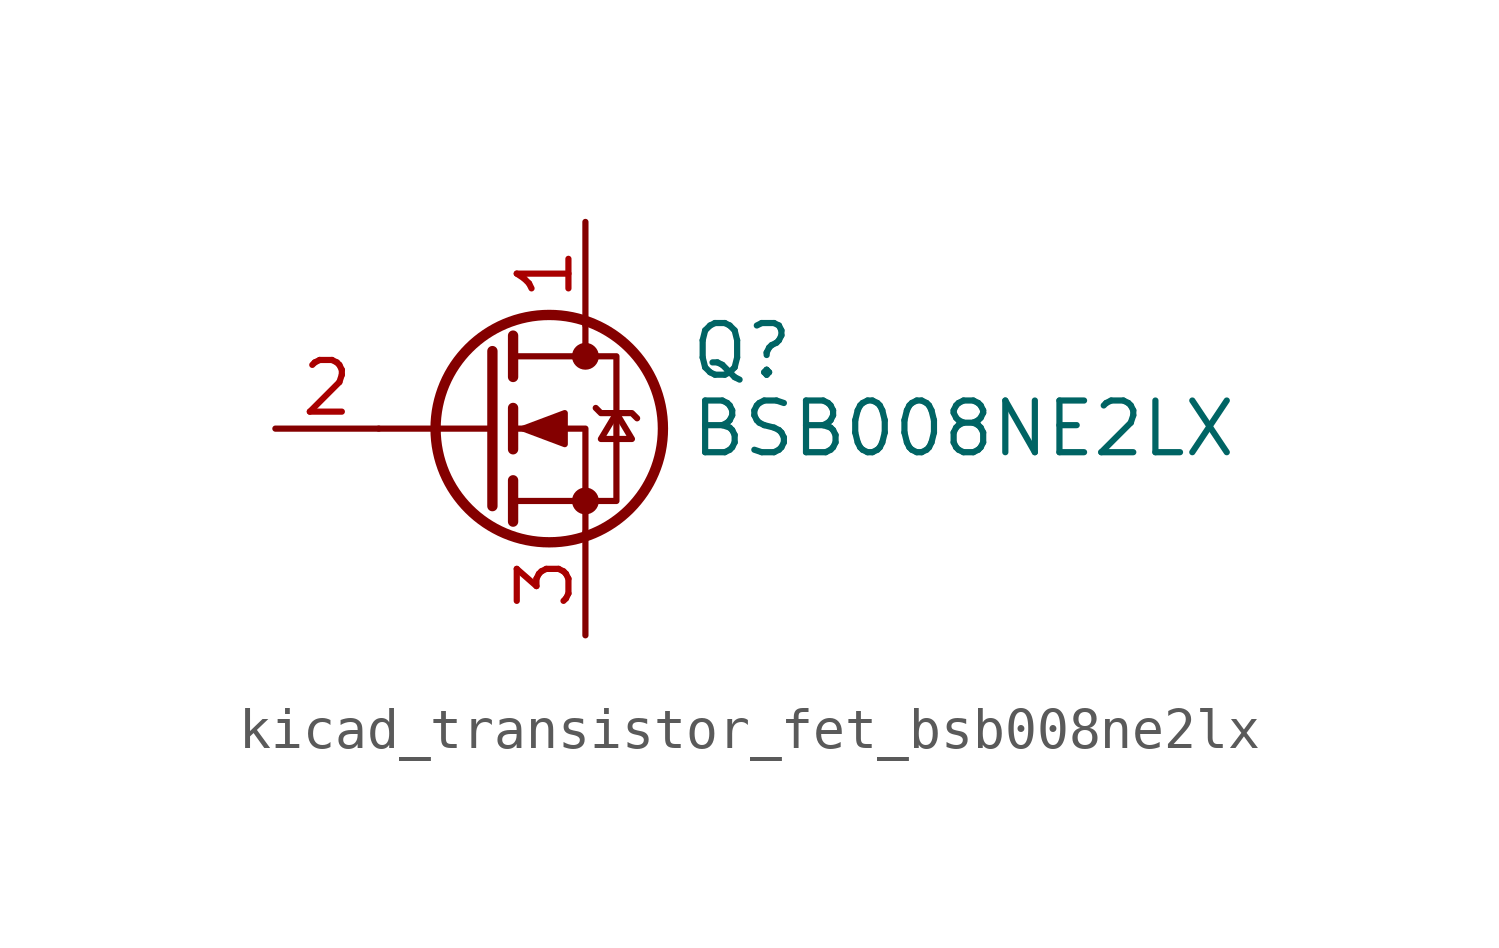
<source format=kicad_sym>
(kicad_symbol_lib
  (version 20220914)
  (generator kicad_symbol_editor)
  (symbol "kicad_transistor_fet_bsb008ne2lx"
    (pin_names hide)
    (property "Reference" "Q"
      (at 5.08 1.905 0)
      (effects (font (size 1.27 1.27)) (justify left)))
    (property "Value" "BSB008NE2LX"
      (at 5.08 0 0)
      (effects (font (size 1.27 1.27)) (justify left)))
    (symbol "kicad_transistor_fet_bsb008ne2lx_0_1"
      (polyline (pts (xy 0.254 0) (xy -2.54 0)) (stroke (width 0) (type default)) (fill (type none)))
      (polyline (pts (xy 0.254 1.905) (xy 0.254 -1.905)) (stroke (width 0.254) (type default)) (fill (type none)))
      (polyline (pts (xy 0.762 -1.27) (xy 0.762 -2.286)) (stroke (width 0.254) (type default)) (fill (type none)))
      (polyline (pts (xy 0.762 0.508) (xy 0.762 -0.508)) (stroke (width 0.254) (type default)) (fill (type none)))
      (polyline (pts (xy 0.762 2.286) (xy 0.762 1.27)) (stroke (width 0.254) (type default)) (fill (type none)))
      (polyline (pts (xy 2.54 2.54) (xy 2.54 1.778)) (stroke (width 0) (type default)) (fill (type none)))
      (polyline (pts (xy 2.54 -2.54) (xy 2.54 0) (xy 0.762 0)) (stroke (width 0) (type default)) (fill (type none)))
      (polyline (pts (xy 0.762 -1.778) (xy 3.302 -1.778) (xy 3.302 1.778) (xy 0.762 1.778)) (stroke (width 0) (type default)) (fill (type none)))
      (polyline (pts (xy 1.016 0) (xy 2.032 0.381) (xy 2.032 -0.381) (xy 1.016 0)) (stroke (width 0) (type default)) (fill (type outline)))
      (polyline (pts (xy 2.794 0.508) (xy 2.921 0.381) (xy 3.683 0.381) (xy 3.81 0.254)) (stroke (width 0) (type default)) (fill (type none)))
      (polyline (pts (xy 3.302 0.381) (xy 2.921 -0.254) (xy 3.683 -0.254) (xy 3.302 0.381)) (stroke (width 0) (type default)) (fill (type none)))
      (circle (center 1.651 0) (radius 2.794) (stroke (width 0.254) (type default)) (fill (type none)))
      (circle (center 2.54 -1.778) (radius 0.254) (stroke (width 0) (type default)) (fill (type outline)))
      (circle (center 2.54 1.778) (radius 0.254) (stroke (width 0) (type default)) (fill (type outline))))
    (symbol "kicad_transistor_fet_bsb008ne2lx_1_1"
      (pin passive line (at 2.54 5.08 270) (length 2.54) (name "D" (effects (font (size 1.27 1.27)))) (number "1" (effects (font (size 1.27 1.27)))))
      (pin input line (at -5.08 0 0) (length 2.54) (name "G" (effects (font (size 1.27 1.27)))) (number "2" (effects (font (size 1.27 1.27)))))
      (pin passive line (at 2.54 -5.08 90) (length 2.54) (name "S" (effects (font (size 1.27 1.27)))) (number "3" (effects (font (size 1.27 1.27))))))))
</source>
